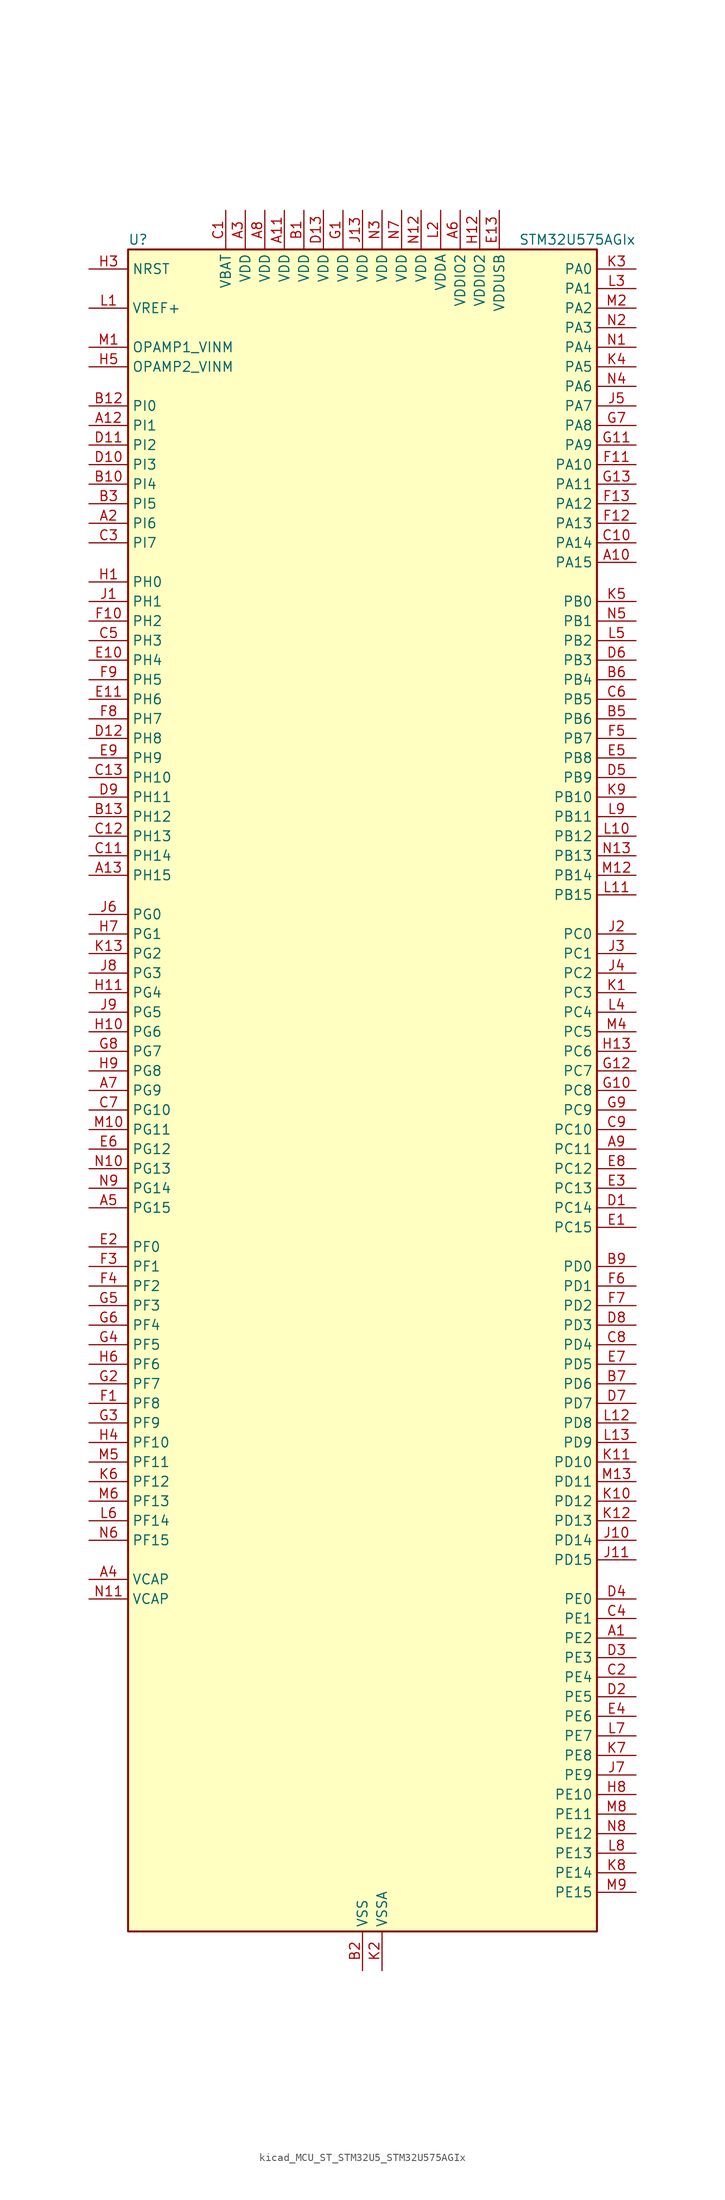
<source format=kicad_sym>
(kicad_symbol_lib
  (version 20220914)
  (generator kicad_symbol_editor)
  (symbol "kicad_MCU_ST_STM32U5_STM32U575AGIx"
    (property "Reference" "U"
      (at -30.48 110.49 0)
      (effects (font (size 1.27 1.27)) (justify left)))
    (property "Value" "STM32U575AGIx"
      (at 20.32 110.49 0)
      (effects (font (size 1.27 1.27)) (justify left)))
    (property "ki_locked" ""
      (at 0 0 0)
      (effects (font (size 1.27 1.27))))
    (symbol "kicad_MCU_ST_STM32U5_STM32U575AGIx_0_1"
      (rectangle (start -30.48 -109.22) (end 30.48 109.22) (stroke (width 0.254) (type default)) (fill (type background))))
    (symbol "kicad_MCU_ST_STM32U5_STM32U575AGIx_1_1"
      (pin bidirectional line (at 35.56 -71.12 180) (length 5.08) (name "PE2" (effects (font (size 1.27 1.27)))) (number "A1" (effects (font (size 1.27 1.27)))) (alternate "DEBUG_TRACECLK" bidirectional line) (alternate "FMC_A23" bidirectional line) (alternate "SAI1_CK1" bidirectional line) (alternate "SAI1_MCLK_A" bidirectional line) (alternate "TIM3_ETR" bidirectional line) (alternate "TSC_G7_IO1" bidirectional line))
      (pin bidirectional line (at 35.56 68.58 180) (length 5.08) (name "PA15" (effects (font (size 1.27 1.27)))) (number "A10" (effects (font (size 1.27 1.27)))) (alternate "ADC1_EXTI15" bidirectional line) (alternate "ADC4_EXTI15" bidirectional line) (alternate "DEBUG_JTDI" bidirectional line) (alternate "SAI2_FS_B" bidirectional line) (alternate "SPI1_NSS" bidirectional line) (alternate "SPI3_NSS" bidirectional line) (alternate "TIM2_CH1" bidirectional line) (alternate "TIM2_ETR" bidirectional line) (alternate "UART4_DE" bidirectional line) (alternate "UART4_RTS" bidirectional line) (alternate "UCPD1_CC1" bidirectional line) (alternate "USART2_RX" bidirectional line) (alternate "USART3_DE" bidirectional line) (alternate "USART3_RTS" bidirectional line))
      (pin power_in line (at -10.16 114.3 270) (length 5.08) (name "VDD" (effects (font (size 1.27 1.27)))) (number "A11" (effects (font (size 1.27 1.27)))))
      (pin bidirectional line (at -35.56 86.36 0) (length 5.08) (name "PI1" (effects (font (size 1.27 1.27)))) (number "A12" (effects (font (size 1.27 1.27)))) (alternate "DCMI_D8" bidirectional line) (alternate "OCTOSPIM_P2_IO2" bidirectional line) (alternate "PSSI_D8" bidirectional line) (alternate "SPI2_SCK" bidirectional line))
      (pin bidirectional line (at -35.56 27.94 0) (length 5.08) (name "PH15" (effects (font (size 1.27 1.27)))) (number "A13" (effects (font (size 1.27 1.27)))) (alternate "ADC1_EXTI15" bidirectional line) (alternate "ADC4_EXTI15" bidirectional line) (alternate "DCMI_D11" bidirectional line) (alternate "OCTOSPIM_P2_IO6" bidirectional line) (alternate "PSSI_D11" bidirectional line) (alternate "TIM8_CH3N" bidirectional line))
      (pin bidirectional line (at -35.56 73.66 0) (length 5.08) (name "PI6" (effects (font (size 1.27 1.27)))) (number "A2" (effects (font (size 1.27 1.27)))) (alternate "DCMI_D6" bidirectional line) (alternate "OCTOSPIM_P2_CLK" bidirectional line) (alternate "PSSI_D6" bidirectional line) (alternate "TIM8_CH2" bidirectional line))
      (pin power_in line (at -15.24 114.3 270) (length 5.08) (name "VDD" (effects (font (size 1.27 1.27)))) (number "A3" (effects (font (size 1.27 1.27)))))
      (pin power_out line (at -35.56 -63.5 0) (length 5.08) (name "VCAP" (effects (font (size 1.27 1.27)))) (number "A4" (effects (font (size 1.27 1.27)))))
      (pin bidirectional line (at -35.56 -15.24 0) (length 5.08) (name "PG15" (effects (font (size 1.27 1.27)))) (number "A5" (effects (font (size 1.27 1.27)))) (alternate "ADC1_EXTI15" bidirectional line) (alternate "ADC4_EXTI15" bidirectional line) (alternate "DCMI_D13" bidirectional line) (alternate "I2C1_SMBA" bidirectional line) (alternate "LPTIM1_CH1" bidirectional line) (alternate "OCTOSPIM_P2_DQS" bidirectional line) (alternate "PSSI_D13" bidirectional line))
      (pin power_in line (at 12.7 114.3 270) (length 5.08) (name "VDDIO2" (effects (font (size 1.27 1.27)))) (number "A6" (effects (font (size 1.27 1.27)))))
      (pin bidirectional line (at -35.56 0 0) (length 5.08) (name "PG9" (effects (font (size 1.27 1.27)))) (number "A7" (effects (font (size 1.27 1.27)))) (alternate "DAC1_EXTI9" bidirectional line) (alternate "FMC_NCE" bidirectional line) (alternate "FMC_NE2" bidirectional line) (alternate "OCTOSPIM_P2_IO6" bidirectional line) (alternate "SAI2_SCK_A" bidirectional line) (alternate "SPI3_SCK" bidirectional line) (alternate "TIM15_CH1N" bidirectional line) (alternate "USART1_TX" bidirectional line))
      (pin power_in line (at -12.7 114.3 270) (length 5.08) (name "VDD" (effects (font (size 1.27 1.27)))) (number "A8" (effects (font (size 1.27 1.27)))))
      (pin bidirectional line (at 35.56 -7.62 180) (length 5.08) (name "PC11" (effects (font (size 1.27 1.27)))) (number "A9" (effects (font (size 1.27 1.27)))) (alternate "ADC1_EXTI11" bidirectional line) (alternate "ADF1_SDI0" bidirectional line) (alternate "DCMI_D2" bidirectional line) (alternate "DCMI_D4" bidirectional line) (alternate "LPTIM3_IN1" bidirectional line) (alternate "OCTOSPIM_P1_NCS" bidirectional line) (alternate "PSSI_D2" bidirectional line) (alternate "PSSI_D4" bidirectional line) (alternate "SAI2_MCLK_B" bidirectional line) (alternate "SDMMC1_D3" bidirectional line) (alternate "SPI3_MISO" bidirectional line) (alternate "TSC_G3_IO3" bidirectional line) (alternate "UART4_RX" bidirectional line) (alternate "UCPD1_FRSTX2" bidirectional line) (alternate "USART3_RX" bidirectional line))
      (pin power_in line (at -7.62 114.3 270) (length 5.08) (name "VDD" (effects (font (size 1.27 1.27)))) (number "B1" (effects (font (size 1.27 1.27)))))
      (pin bidirectional line (at -35.56 78.74 0) (length 5.08) (name "PI4" (effects (font (size 1.27 1.27)))) (number "B10" (effects (font (size 1.27 1.27)))) (alternate "DCMI_D5" bidirectional line) (alternate "PSSI_D5" bidirectional line) (alternate "SPI2_RDY" bidirectional line) (alternate "TIM8_BKIN" bidirectional line))
      (pin passive line (at 0 -114.3 90) (length 5.08) hide (name "VSS" (effects (font (size 1.27 1.27)))) (number "B11" (effects (font (size 1.27 1.27)))))
      (pin bidirectional line (at -35.56 88.9 0) (length 5.08) (name "PI0" (effects (font (size 1.27 1.27)))) (number "B12" (effects (font (size 1.27 1.27)))) (alternate "DCMI_D13" bidirectional line) (alternate "OCTOSPIM_P1_IO5" bidirectional line) (alternate "PSSI_D13" bidirectional line) (alternate "SPI2_NSS" bidirectional line) (alternate "TIM5_CH4" bidirectional line))
      (pin bidirectional line (at -35.56 35.56 0) (length 5.08) (name "PH12" (effects (font (size 1.27 1.27)))) (number "B13" (effects (font (size 1.27 1.27)))) (alternate "DCMI_D3" bidirectional line) (alternate "OCTOSPIM_P2_IO7" bidirectional line) (alternate "PSSI_D3" bidirectional line) (alternate "TIM5_CH3" bidirectional line) (alternate "TIM8_CH4N" bidirectional line))
      (pin power_in line (at 0 -114.3 90) (length 5.08) (name "VSS" (effects (font (size 1.27 1.27)))) (number "B2" (effects (font (size 1.27 1.27)))))
      (pin bidirectional line (at -35.56 76.2 0) (length 5.08) (name "PI5" (effects (font (size 1.27 1.27)))) (number "B3" (effects (font (size 1.27 1.27)))) (alternate "DCMI_VSYNC" bidirectional line) (alternate "OCTOSPIM_P2_NCS" bidirectional line) (alternate "PSSI_RDY" bidirectional line) (alternate "TIM8_CH1" bidirectional line))
      (pin passive line (at 0 -114.3 90) (length 5.08) hide (name "VSS" (effects (font (size 1.27 1.27)))) (number "B4" (effects (font (size 1.27 1.27)))))
      (pin bidirectional line (at 35.56 48.26 180) (length 5.08) (name "PB6" (effects (font (size 1.27 1.27)))) (number "B5" (effects (font (size 1.27 1.27)))) (alternate "COMP2_INP" bidirectional line) (alternate "DCMI_D5" bidirectional line) (alternate "I2C1_SCL" bidirectional line) (alternate "I2C4_SCL" bidirectional line) (alternate "LPTIM1_ETR" bidirectional line) (alternate "MDF1_SDI5" bidirectional line) (alternate "PSSI_D5" bidirectional line) (alternate "PWR_WKUP3" bidirectional line) (alternate "SAI1_FS_B" bidirectional line) (alternate "TIM16_CH1N" bidirectional line) (alternate "TIM4_CH1" bidirectional line) (alternate "TIM8_BKIN2" bidirectional line) (alternate "TSC_G2_IO3" bidirectional line) (alternate "USART1_TX" bidirectional line))
      (pin bidirectional line (at 35.56 53.34 180) (length 5.08) (name "PB4" (effects (font (size 1.27 1.27)))) (number "B6" (effects (font (size 1.27 1.27)))) (alternate "ADF1_SDI0" bidirectional line) (alternate "COMP2_INP" bidirectional line) (alternate "DCMI_D12" bidirectional line) (alternate "DEBUG_JTRST" bidirectional line) (alternate "I2C3_SDA" bidirectional line) (alternate "LPTIM1_CH2" bidirectional line) (alternate "PSSI_D12" bidirectional line) (alternate "SAI1_MCLK_B" bidirectional line) (alternate "SDMMC2_D3" bidirectional line) (alternate "SPI1_MISO" bidirectional line) (alternate "SPI3_MISO" bidirectional line) (alternate "TIM17_BKIN" bidirectional line) (alternate "TIM3_CH1" bidirectional line) (alternate "TSC_G2_IO1" bidirectional line) (alternate "UART5_DE" bidirectional line) (alternate "UART5_RTS" bidirectional line) (alternate "USART1_CTS" bidirectional line))
      (pin bidirectional line (at 35.56 -38.1 180) (length 5.08) (name "PD6" (effects (font (size 1.27 1.27)))) (number "B7" (effects (font (size 1.27 1.27)))) (alternate "DCMI_D10" bidirectional line) (alternate "FMC_NWAIT" bidirectional line) (alternate "MDF1_SDI1" bidirectional line) (alternate "OCTOSPIM_P1_IO6" bidirectional line) (alternate "PSSI_D10" bidirectional line) (alternate "SAI1_D1" bidirectional line) (alternate "SAI1_SD_A" bidirectional line) (alternate "SDMMC2_CK" bidirectional line) (alternate "SPI3_MOSI" bidirectional line) (alternate "USART2_RX" bidirectional line))
      (pin passive line (at 0 -114.3 90) (length 5.08) hide (name "VSS" (effects (font (size 1.27 1.27)))) (number "B8" (effects (font (size 1.27 1.27)))))
      (pin bidirectional line (at 35.56 -22.86 180) (length 5.08) (name "PD0" (effects (font (size 1.27 1.27)))) (number "B9" (effects (font (size 1.27 1.27)))) (alternate "FDCAN1_RX" bidirectional line) (alternate "FMC_D2" bidirectional line) (alternate "FMC_DA2" bidirectional line) (alternate "SPI2_NSS" bidirectional line) (alternate "TIM8_CH4N" bidirectional line))
      (pin power_in line (at -17.78 114.3 270) (length 5.08) (name "VBAT" (effects (font (size 1.27 1.27)))) (number "C1" (effects (font (size 1.27 1.27)))))
      (pin bidirectional line (at 35.56 71.12 180) (length 5.08) (name "PA14" (effects (font (size 1.27 1.27)))) (number "C10" (effects (font (size 1.27 1.27)))) (alternate "DEBUG_JTCK-SWCLK" bidirectional line) (alternate "I2C1_SMBA" bidirectional line) (alternate "I2C4_SMBA" bidirectional line) (alternate "LPTIM1_CH1" bidirectional line) (alternate "SAI1_FS_B" bidirectional line) (alternate "USB_OTG_FS_SOF" bidirectional line))
      (pin bidirectional line (at -35.56 30.48 0) (length 5.08) (name "PH14" (effects (font (size 1.27 1.27)))) (number "C11" (effects (font (size 1.27 1.27)))) (alternate "DCMI_D4" bidirectional line) (alternate "FDCAN1_RX" bidirectional line) (alternate "PSSI_D4" bidirectional line) (alternate "TIM8_CH2N" bidirectional line))
      (pin bidirectional line (at -35.56 33.02 0) (length 5.08) (name "PH13" (effects (font (size 1.27 1.27)))) (number "C12" (effects (font (size 1.27 1.27)))) (alternate "FDCAN1_TX" bidirectional line) (alternate "TIM8_CH1N" bidirectional line))
      (pin bidirectional line (at -35.56 40.64 0) (length 5.08) (name "PH10" (effects (font (size 1.27 1.27)))) (number "C13" (effects (font (size 1.27 1.27)))) (alternate "DCMI_D1" bidirectional line) (alternate "OCTOSPIM_P2_IO5" bidirectional line) (alternate "PSSI_D1" bidirectional line) (alternate "TIM5_CH1" bidirectional line))
      (pin bidirectional line (at 35.56 -76.2 180) (length 5.08) (name "PE4" (effects (font (size 1.27 1.27)))) (number "C2" (effects (font (size 1.27 1.27)))) (alternate "DCMI_D4" bidirectional line) (alternate "DEBUG_TRACED1" bidirectional line) (alternate "FMC_A20" bidirectional line) (alternate "MDF1_SDI3" bidirectional line) (alternate "PSSI_D4" bidirectional line) (alternate "PWR_WKUP1" bidirectional line) (alternate "SAI1_D2" bidirectional line) (alternate "SAI1_FS_A" bidirectional line) (alternate "TAMP_IN7" bidirectional line) (alternate "TAMP_OUT8" bidirectional line) (alternate "TIM3_CH2" bidirectional line) (alternate "TSC_G7_IO3" bidirectional line))
      (pin bidirectional line (at -35.56 71.12 0) (length 5.08) (name "PI7" (effects (font (size 1.27 1.27)))) (number "C3" (effects (font (size 1.27 1.27)))) (alternate "DCMI_D7" bidirectional line) (alternate "OCTOSPIM_P2_NCLK" bidirectional line) (alternate "PSSI_D7" bidirectional line) (alternate "TIM8_CH3" bidirectional line))
      (pin bidirectional line (at 35.56 -68.58 180) (length 5.08) (name "PE1" (effects (font (size 1.27 1.27)))) (number "C4" (effects (font (size 1.27 1.27)))) (alternate "DCMI_D3" bidirectional line) (alternate "FMC_NBL1" bidirectional line) (alternate "PSSI_D3" bidirectional line) (alternate "TIM17_CH1" bidirectional line))
      (pin bidirectional line (at -35.56 58.42 0) (length 5.08) (name "PH3" (effects (font (size 1.27 1.27)))) (number "C5" (effects (font (size 1.27 1.27)))))
      (pin bidirectional line (at 35.56 50.8 180) (length 5.08) (name "PB5" (effects (font (size 1.27 1.27)))) (number "C6" (effects (font (size 1.27 1.27)))) (alternate "COMP2_OUT" bidirectional line) (alternate "DCMI_D10" bidirectional line) (alternate "I2C1_SMBA" bidirectional line) (alternate "LPTIM1_IN1" bidirectional line) (alternate "OCTOSPIM_P1_NCLK" bidirectional line) (alternate "PSSI_D10" bidirectional line) (alternate "PWR_WKUP6" bidirectional line) (alternate "SAI1_SD_B" bidirectional line) (alternate "SPI1_MOSI" bidirectional line) (alternate "SPI3_MOSI" bidirectional line) (alternate "TIM16_BKIN" bidirectional line) (alternate "TIM3_CH2" bidirectional line) (alternate "TSC_G2_IO2" bidirectional line) (alternate "UART5_CTS" bidirectional line) (alternate "UCPD1_DBCC1" bidirectional line) (alternate "USART1_CK" bidirectional line))
      (pin bidirectional line (at -35.56 -2.54 0) (length 5.08) (name "PG10" (effects (font (size 1.27 1.27)))) (number "C7" (effects (font (size 1.27 1.27)))) (alternate "FMC_NE3" bidirectional line) (alternate "LPTIM1_IN1" bidirectional line) (alternate "OCTOSPIM_P2_IO7" bidirectional line) (alternate "SAI2_FS_A" bidirectional line) (alternate "SPI3_MISO" bidirectional line) (alternate "TIM15_CH1" bidirectional line) (alternate "USART1_RX" bidirectional line))
      (pin bidirectional line (at 35.56 -33.02 180) (length 5.08) (name "PD4" (effects (font (size 1.27 1.27)))) (number "C8" (effects (font (size 1.27 1.27)))) (alternate "FMC_NOE" bidirectional line) (alternate "MDF1_CKI0" bidirectional line) (alternate "OCTOSPIM_P1_IO4" bidirectional line) (alternate "SPI2_MOSI" bidirectional line) (alternate "USART2_DE" bidirectional line) (alternate "USART2_RTS" bidirectional line))
      (pin bidirectional line (at 35.56 -5.08 180) (length 5.08) (name "PC10" (effects (font (size 1.27 1.27)))) (number "C9" (effects (font (size 1.27 1.27)))) (alternate "ADF1_CCK1" bidirectional line) (alternate "DCMI_D8" bidirectional line) (alternate "DEBUG_TRACED1" bidirectional line) (alternate "LPTIM3_ETR" bidirectional line) (alternate "PSSI_D8" bidirectional line) (alternate "SAI2_SCK_B" bidirectional line) (alternate "SDMMC1_D2" bidirectional line) (alternate "SPI3_SCK" bidirectional line) (alternate "TSC_G3_IO2" bidirectional line) (alternate "UART4_TX" bidirectional line) (alternate "USART3_TX" bidirectional line))
      (pin bidirectional line (at 35.56 -15.24 180) (length 5.08) (name "PC14" (effects (font (size 1.27 1.27)))) (number "D1" (effects (font (size 1.27 1.27)))) (alternate "RCC_OSC32_IN" bidirectional line))
      (pin bidirectional line (at -35.56 81.28 0) (length 5.08) (name "PI3" (effects (font (size 1.27 1.27)))) (number "D10" (effects (font (size 1.27 1.27)))) (alternate "DCMI_D10" bidirectional line) (alternate "OCTOSPIM_P2_IO0" bidirectional line) (alternate "PSSI_D10" bidirectional line) (alternate "SPI2_MOSI" bidirectional line) (alternate "TIM8_ETR" bidirectional line))
      (pin bidirectional line (at -35.56 83.82 0) (length 5.08) (name "PI2" (effects (font (size 1.27 1.27)))) (number "D11" (effects (font (size 1.27 1.27)))) (alternate "DCMI_D9" bidirectional line) (alternate "OCTOSPIM_P2_IO1" bidirectional line) (alternate "PSSI_D9" bidirectional line) (alternate "SPI2_MISO" bidirectional line) (alternate "TIM8_CH4" bidirectional line))
      (pin bidirectional line (at -35.56 45.72 0) (length 5.08) (name "PH8" (effects (font (size 1.27 1.27)))) (number "D12" (effects (font (size 1.27 1.27)))) (alternate "DCMI_HSYNC" bidirectional line) (alternate "I2C3_SDA" bidirectional line) (alternate "OCTOSPIM_P2_IO3" bidirectional line) (alternate "PSSI_DE" bidirectional line))
      (pin power_in line (at -5.08 114.3 270) (length 5.08) (name "VDD" (effects (font (size 1.27 1.27)))) (number "D13" (effects (font (size 1.27 1.27)))))
      (pin bidirectional line (at 35.56 -78.74 180) (length 5.08) (name "PE5" (effects (font (size 1.27 1.27)))) (number "D2" (effects (font (size 1.27 1.27)))) (alternate "DCMI_D6" bidirectional line) (alternate "DEBUG_TRACED2" bidirectional line) (alternate "FMC_A21" bidirectional line) (alternate "MDF1_CKI3" bidirectional line) (alternate "PSSI_D6" bidirectional line) (alternate "PWR_WKUP2" bidirectional line) (alternate "SAI1_CK2" bidirectional line) (alternate "SAI1_SCK_A" bidirectional line) (alternate "TAMP_IN8" bidirectional line) (alternate "TAMP_OUT7" bidirectional line) (alternate "TIM3_CH3" bidirectional line) (alternate "TSC_G7_IO4" bidirectional line))
      (pin bidirectional line (at 35.56 -73.66 180) (length 5.08) (name "PE3" (effects (font (size 1.27 1.27)))) (number "D3" (effects (font (size 1.27 1.27)))) (alternate "DEBUG_TRACED0" bidirectional line) (alternate "FMC_A19" bidirectional line) (alternate "OCTOSPIM_P1_DQS" bidirectional line) (alternate "SAI1_SD_B" bidirectional line) (alternate "TAMP_IN6" bidirectional line) (alternate "TAMP_OUT3" bidirectional line) (alternate "TIM3_CH1" bidirectional line) (alternate "TSC_G7_IO2" bidirectional line))
      (pin bidirectional line (at 35.56 -66.04 180) (length 5.08) (name "PE0" (effects (font (size 1.27 1.27)))) (number "D4" (effects (font (size 1.27 1.27)))) (alternate "DCMI_D2" bidirectional line) (alternate "FMC_NBL0" bidirectional line) (alternate "PSSI_D2" bidirectional line) (alternate "TIM16_CH1" bidirectional line) (alternate "TIM4_ETR" bidirectional line))
      (pin bidirectional line (at 35.56 40.64 180) (length 5.08) (name "PB9" (effects (font (size 1.27 1.27)))) (number "D5" (effects (font (size 1.27 1.27)))) (alternate "DAC1_EXTI9" bidirectional line) (alternate "DCMI_D7" bidirectional line) (alternate "FDCAN1_TX" bidirectional line) (alternate "I2C1_SDA" bidirectional line) (alternate "IR_OUT" bidirectional line) (alternate "PSSI_D7" bidirectional line) (alternate "SAI1_D2" bidirectional line) (alternate "SAI1_FS_A" bidirectional line) (alternate "SDMMC1_CDIR" bidirectional line) (alternate "SDMMC1_D5" bidirectional line) (alternate "SDMMC2_D5" bidirectional line) (alternate "SPI2_NSS" bidirectional line) (alternate "TIM17_CH1" bidirectional line) (alternate "TIM4_CH4" bidirectional line))
      (pin bidirectional line (at 35.56 55.88 180) (length 5.08) (name "PB3" (effects (font (size 1.27 1.27)))) (number "D6" (effects (font (size 1.27 1.27)))) (alternate "ADF1_CCK0" bidirectional line) (alternate "COMP2_INM" bidirectional line) (alternate "CRS_SYNC" bidirectional line) (alternate "DEBUG_JTDO-SWO" bidirectional line) (alternate "I2C1_SDA" bidirectional line) (alternate "LPTIM1_CH1" bidirectional line) (alternate "SAI1_SCK_B" bidirectional line) (alternate "SDMMC2_D2" bidirectional line) (alternate "SPI1_SCK" bidirectional line) (alternate "SPI3_SCK" bidirectional line) (alternate "TIM2_CH2" bidirectional line) (alternate "USART1_DE" bidirectional line) (alternate "USART1_RTS" bidirectional line))
      (pin bidirectional line (at 35.56 -40.64 180) (length 5.08) (name "PD7" (effects (font (size 1.27 1.27)))) (number "D7" (effects (font (size 1.27 1.27)))) (alternate "FMC_NCE" bidirectional line) (alternate "FMC_NE1" bidirectional line) (alternate "LPTIM4_OUT" bidirectional line) (alternate "MDF1_CKI1" bidirectional line) (alternate "OCTOSPIM_P1_IO7" bidirectional line) (alternate "SDMMC2_CMD" bidirectional line) (alternate "USART2_CK" bidirectional line))
      (pin bidirectional line (at 35.56 -30.48 180) (length 5.08) (name "PD3" (effects (font (size 1.27 1.27)))) (number "D8" (effects (font (size 1.27 1.27)))) (alternate "DCMI_D5" bidirectional line) (alternate "FMC_CLK" bidirectional line) (alternate "MDF1_SDI0" bidirectional line) (alternate "OCTOSPIM_P2_NCS" bidirectional line) (alternate "PSSI_D5" bidirectional line) (alternate "SPI2_MISO" bidirectional line) (alternate "SPI2_SCK" bidirectional line) (alternate "USART2_CTS" bidirectional line))
      (pin bidirectional line (at -35.56 38.1 0) (length 5.08) (name "PH11" (effects (font (size 1.27 1.27)))) (number "D9" (effects (font (size 1.27 1.27)))) (alternate "ADC1_EXTI11" bidirectional line) (alternate "DCMI_D2" bidirectional line) (alternate "OCTOSPIM_P2_IO6" bidirectional line) (alternate "PSSI_D2" bidirectional line) (alternate "TIM5_CH2" bidirectional line))
      (pin bidirectional line (at 35.56 -17.78 180) (length 5.08) (name "PC15" (effects (font (size 1.27 1.27)))) (number "E1" (effects (font (size 1.27 1.27)))) (alternate "ADC1_EXTI15" bidirectional line) (alternate "ADC4_EXTI15" bidirectional line) (alternate "RCC_OSC32_OUT" bidirectional line))
      (pin bidirectional line (at -35.56 55.88 0) (length 5.08) (name "PH4" (effects (font (size 1.27 1.27)))) (number "E10" (effects (font (size 1.27 1.27)))) (alternate "I2C2_SCL" bidirectional line) (alternate "OCTOSPIM_P2_DQS" bidirectional line) (alternate "PSSI_D14" bidirectional line))
      (pin bidirectional line (at -35.56 50.8 0) (length 5.08) (name "PH6" (effects (font (size 1.27 1.27)))) (number "E11" (effects (font (size 1.27 1.27)))) (alternate "DCMI_D8" bidirectional line) (alternate "I2C2_SMBA" bidirectional line) (alternate "OCTOSPIM_P2_CLK" bidirectional line) (alternate "PSSI_D8" bidirectional line))
      (pin passive line (at 0 -114.3 90) (length 5.08) hide (name "VSS" (effects (font (size 1.27 1.27)))) (number "E12" (effects (font (size 1.27 1.27)))))
      (pin power_in line (at 17.78 114.3 270) (length 5.08) (name "VDDUSB" (effects (font (size 1.27 1.27)))) (number "E13" (effects (font (size 1.27 1.27)))))
      (pin bidirectional line (at -35.56 -20.32 0) (length 5.08) (name "PF0" (effects (font (size 1.27 1.27)))) (number "E2" (effects (font (size 1.27 1.27)))) (alternate "FMC_A0" bidirectional line) (alternate "I2C2_SDA" bidirectional line) (alternate "OCTOSPIM_P2_IO0" bidirectional line))
      (pin bidirectional line (at 35.56 -12.7 180) (length 5.08) (name "PC13" (effects (font (size 1.27 1.27)))) (number "E3" (effects (font (size 1.27 1.27)))) (alternate "PWR_WKUP2" bidirectional line) (alternate "RTC_OUT1" bidirectional line) (alternate "RTC_TS" bidirectional line) (alternate "TAMP_IN1" bidirectional line) (alternate "TAMP_OUT2" bidirectional line))
      (pin bidirectional line (at 35.56 -81.28 180) (length 5.08) (name "PE6" (effects (font (size 1.27 1.27)))) (number "E4" (effects (font (size 1.27 1.27)))) (alternate "DCMI_D7" bidirectional line) (alternate "DEBUG_TRACED3" bidirectional line) (alternate "FMC_A22" bidirectional line) (alternate "PSSI_D7" bidirectional line) (alternate "PWR_WKUP3" bidirectional line) (alternate "SAI1_D1" bidirectional line) (alternate "SAI1_SD_A" bidirectional line) (alternate "TAMP_IN3" bidirectional line) (alternate "TAMP_OUT6" bidirectional line) (alternate "TIM3_CH4" bidirectional line))
      (pin bidirectional line (at 35.56 43.18 180) (length 5.08) (name "PB8" (effects (font (size 1.27 1.27)))) (number "E5" (effects (font (size 1.27 1.27)))) (alternate "DCMI_D6" bidirectional line) (alternate "FDCAN1_RX" bidirectional line) (alternate "I2C1_SCL" bidirectional line) (alternate "MDF1_CCK0" bidirectional line) (alternate "PSSI_D6" bidirectional line) (alternate "PWR_WKUP5" bidirectional line) (alternate "SAI1_CK1" bidirectional line) (alternate "SAI1_MCLK_A" bidirectional line) (alternate "SDMMC1_CKIN" bidirectional line) (alternate "SDMMC1_D4" bidirectional line) (alternate "SDMMC2_D4" bidirectional line) (alternate "SPI3_RDY" bidirectional line) (alternate "TIM16_CH1" bidirectional line) (alternate "TIM4_CH3" bidirectional line))
      (pin bidirectional line (at -35.56 -7.62 0) (length 5.08) (name "PG12" (effects (font (size 1.27 1.27)))) (number "E6" (effects (font (size 1.27 1.27)))) (alternate "FMC_NE4" bidirectional line) (alternate "LPTIM1_ETR" bidirectional line) (alternate "OCTOSPIM_P2_NCS" bidirectional line) (alternate "SAI2_SD_A" bidirectional line) (alternate "SPI3_NSS" bidirectional line) (alternate "USART1_DE" bidirectional line) (alternate "USART1_RTS" bidirectional line))
      (pin bidirectional line (at 35.56 -35.56 180) (length 5.08) (name "PD5" (effects (font (size 1.27 1.27)))) (number "E7" (effects (font (size 1.27 1.27)))) (alternate "FMC_NWE" bidirectional line) (alternate "OCTOSPIM_P1_IO5" bidirectional line) (alternate "SPI2_RDY" bidirectional line) (alternate "USART2_TX" bidirectional line))
      (pin bidirectional line (at 35.56 -10.16 180) (length 5.08) (name "PC12" (effects (font (size 1.27 1.27)))) (number "E8" (effects (font (size 1.27 1.27)))) (alternate "DCMI_D9" bidirectional line) (alternate "DEBUG_TRACED3" bidirectional line) (alternate "PSSI_D9" bidirectional line) (alternate "SAI2_SD_B" bidirectional line) (alternate "SDMMC1_CK" bidirectional line) (alternate "SPI3_MOSI" bidirectional line) (alternate "TSC_G3_IO4" bidirectional line) (alternate "UART5_TX" bidirectional line) (alternate "USART3_CK" bidirectional line))
      (pin bidirectional line (at -35.56 43.18 0) (length 5.08) (name "PH9" (effects (font (size 1.27 1.27)))) (number "E9" (effects (font (size 1.27 1.27)))) (alternate "DAC1_EXTI9" bidirectional line) (alternate "DCMI_D0" bidirectional line) (alternate "I2C3_SMBA" bidirectional line) (alternate "OCTOSPIM_P2_IO4" bidirectional line) (alternate "PSSI_D0" bidirectional line))
      (pin bidirectional line (at -35.56 -40.64 0) (length 5.08) (name "PF8" (effects (font (size 1.27 1.27)))) (number "F1" (effects (font (size 1.27 1.27)))) (alternate "FDCAN1_TX" bidirectional line) (alternate "OCTOSPIM_P1_IO0" bidirectional line) (alternate "PSSI_D14" bidirectional line) (alternate "SAI1_SCK_B" bidirectional line) (alternate "TIM5_CH3" bidirectional line))
      (pin bidirectional line (at -35.56 60.96 0) (length 5.08) (name "PH2" (effects (font (size 1.27 1.27)))) (number "F10" (effects (font (size 1.27 1.27)))) (alternate "OCTOSPIM_P1_IO4" bidirectional line))
      (pin bidirectional line (at 35.56 81.28 180) (length 5.08) (name "PA10" (effects (font (size 1.27 1.27)))) (number "F11" (effects (font (size 1.27 1.27)))) (alternate "CRS_SYNC" bidirectional line) (alternate "DCMI_D1" bidirectional line) (alternate "LPTIM2_IN2" bidirectional line) (alternate "PSSI_D1" bidirectional line) (alternate "SAI1_D1" bidirectional line) (alternate "SAI1_SD_A" bidirectional line) (alternate "TIM17_BKIN" bidirectional line) (alternate "TIM1_CH3" bidirectional line) (alternate "USART1_RX" bidirectional line) (alternate "USB_OTG_FS_ID" bidirectional line))
      (pin bidirectional line (at 35.56 73.66 180) (length 5.08) (name "PA13" (effects (font (size 1.27 1.27)))) (number "F12" (effects (font (size 1.27 1.27)))) (alternate "DEBUG_JTMS-SWDIO" bidirectional line) (alternate "IR_OUT" bidirectional line) (alternate "SAI1_SD_B" bidirectional line) (alternate "USB_OTG_FS_NOE" bidirectional line))
      (pin bidirectional line (at 35.56 76.2 180) (length 5.08) (name "PA12" (effects (font (size 1.27 1.27)))) (number "F13" (effects (font (size 1.27 1.27)))) (alternate "FDCAN1_TX" bidirectional line) (alternate "OCTOSPIM_P2_NCS" bidirectional line) (alternate "SPI1_MOSI" bidirectional line) (alternate "TIM1_ETR" bidirectional line) (alternate "USART1_DE" bidirectional line) (alternate "USART1_RTS" bidirectional line) (alternate "USB_OTG_FS_DP" bidirectional line))
      (pin passive line (at 0 -114.3 90) (length 5.08) hide (name "VSS" (effects (font (size 1.27 1.27)))) (number "F2" (effects (font (size 1.27 1.27)))))
      (pin bidirectional line (at -35.56 -22.86 0) (length 5.08) (name "PF1" (effects (font (size 1.27 1.27)))) (number "F3" (effects (font (size 1.27 1.27)))) (alternate "FMC_A1" bidirectional line) (alternate "I2C2_SCL" bidirectional line) (alternate "OCTOSPIM_P2_IO1" bidirectional line))
      (pin bidirectional line (at -35.56 -25.4 0) (length 5.08) (name "PF2" (effects (font (size 1.27 1.27)))) (number "F4" (effects (font (size 1.27 1.27)))) (alternate "FMC_A2" bidirectional line) (alternate "I2C2_SMBA" bidirectional line) (alternate "LPTIM3_CH2" bidirectional line) (alternate "OCTOSPIM_P2_IO2" bidirectional line) (alternate "PWR_WKUP8" bidirectional line))
      (pin bidirectional line (at 35.56 45.72 180) (length 5.08) (name "PB7" (effects (font (size 1.27 1.27)))) (number "F5" (effects (font (size 1.27 1.27)))) (alternate "COMP2_INM" bidirectional line) (alternate "DCMI_VSYNC" bidirectional line) (alternate "FMC_NL" bidirectional line) (alternate "I2C1_SDA" bidirectional line) (alternate "I2C4_SDA" bidirectional line) (alternate "LPTIM1_IN2" bidirectional line) (alternate "MDF1_CKI5" bidirectional line) (alternate "PSSI_RDY" bidirectional line) (alternate "PWR_PVD_IN" bidirectional line) (alternate "PWR_WKUP4" bidirectional line) (alternate "TIM17_CH1N" bidirectional line) (alternate "TIM4_CH2" bidirectional line) (alternate "TIM8_BKIN" bidirectional line) (alternate "TSC_G2_IO4" bidirectional line) (alternate "UART4_CTS" bidirectional line) (alternate "USART1_RX" bidirectional line))
      (pin bidirectional line (at 35.56 -25.4 180) (length 5.08) (name "PD1" (effects (font (size 1.27 1.27)))) (number "F6" (effects (font (size 1.27 1.27)))) (alternate "FDCAN1_TX" bidirectional line) (alternate "FMC_D3" bidirectional line) (alternate "FMC_DA3" bidirectional line) (alternate "SPI2_SCK" bidirectional line))
      (pin bidirectional line (at 35.56 -27.94 180) (length 5.08) (name "PD2" (effects (font (size 1.27 1.27)))) (number "F7" (effects (font (size 1.27 1.27)))) (alternate "DCMI_D11" bidirectional line) (alternate "DEBUG_TRACED2" bidirectional line) (alternate "LPTIM4_ETR" bidirectional line) (alternate "PSSI_D11" bidirectional line) (alternate "SDMMC1_CMD" bidirectional line) (alternate "TIM3_ETR" bidirectional line) (alternate "TSC_SYNC" bidirectional line) (alternate "UART5_RX" bidirectional line) (alternate "USART3_DE" bidirectional line) (alternate "USART3_RTS" bidirectional line))
      (pin bidirectional line (at -35.56 48.26 0) (length 5.08) (name "PH7" (effects (font (size 1.27 1.27)))) (number "F8" (effects (font (size 1.27 1.27)))) (alternate "DCMI_D9" bidirectional line) (alternate "I2C3_SCL" bidirectional line) (alternate "OCTOSPIM_P2_NCLK" bidirectional line) (alternate "PSSI_D9" bidirectional line))
      (pin bidirectional line (at -35.56 53.34 0) (length 5.08) (name "PH5" (effects (font (size 1.27 1.27)))) (number "F9" (effects (font (size 1.27 1.27)))) (alternate "DCMI_PIXCLK" bidirectional line) (alternate "I2C2_SDA" bidirectional line) (alternate "PSSI_PDCK" bidirectional line))
      (pin power_in line (at -2.54 114.3 270) (length 5.08) (name "VDD" (effects (font (size 1.27 1.27)))) (number "G1" (effects (font (size 1.27 1.27)))))
      (pin bidirectional line (at 35.56 0 180) (length 5.08) (name "PC8" (effects (font (size 1.27 1.27)))) (number "G10" (effects (font (size 1.27 1.27)))) (alternate "DCMI_D2" bidirectional line) (alternate "LPTIM3_CH1" bidirectional line) (alternate "PSSI_D2" bidirectional line) (alternate "PWR_SRDSTOP" bidirectional line) (alternate "SDMMC1_D0" bidirectional line) (alternate "TIM3_CH3" bidirectional line) (alternate "TIM8_CH3" bidirectional line) (alternate "TSC_G4_IO3" bidirectional line))
      (pin bidirectional line (at 35.56 83.82 180) (length 5.08) (name "PA9" (effects (font (size 1.27 1.27)))) (number "G11" (effects (font (size 1.27 1.27)))) (alternate "DAC1_EXTI9" bidirectional line) (alternate "DCMI_D0" bidirectional line) (alternate "PSSI_D0" bidirectional line) (alternate "SAI1_FS_A" bidirectional line) (alternate "SPI2_SCK" bidirectional line) (alternate "TIM15_BKIN" bidirectional line) (alternate "TIM1_CH2" bidirectional line) (alternate "USART1_TX" bidirectional line) (alternate "USB_OTG_FS_VBUS" bidirectional line))
      (pin bidirectional line (at 35.56 2.54 180) (length 5.08) (name "PC7" (effects (font (size 1.27 1.27)))) (number "G12" (effects (font (size 1.27 1.27)))) (alternate "DCMI_D1" bidirectional line) (alternate "LPTIM2_CH2" bidirectional line) (alternate "MDF1_SDI3" bidirectional line) (alternate "PSSI_D1" bidirectional line) (alternate "PWR_CDSTOP" bidirectional line) (alternate "SAI2_MCLK_B" bidirectional line) (alternate "SDMMC1_D123DIR" bidirectional line) (alternate "SDMMC1_D7" bidirectional line) (alternate "SDMMC2_D7" bidirectional line) (alternate "TIM3_CH2" bidirectional line) (alternate "TIM8_CH2" bidirectional line) (alternate "TSC_G4_IO2" bidirectional line))
      (pin bidirectional line (at 35.56 78.74 180) (length 5.08) (name "PA11" (effects (font (size 1.27 1.27)))) (number "G13" (effects (font (size 1.27 1.27)))) (alternate "ADC1_EXTI11" bidirectional line) (alternate "FDCAN1_RX" bidirectional line) (alternate "SPI1_MISO" bidirectional line) (alternate "TIM1_BKIN2" bidirectional line) (alternate "TIM1_CH4" bidirectional line) (alternate "USART1_CTS" bidirectional line) (alternate "USB_OTG_FS_DM" bidirectional line))
      (pin bidirectional line (at -35.56 -38.1 0) (length 5.08) (name "PF7" (effects (font (size 1.27 1.27)))) (number "G2" (effects (font (size 1.27 1.27)))) (alternate "FDCAN1_RX" bidirectional line) (alternate "OCTOSPIM_P1_IO2" bidirectional line) (alternate "SAI1_MCLK_B" bidirectional line) (alternate "TIM5_CH2" bidirectional line))
      (pin bidirectional line (at -35.56 -43.18 0) (length 5.08) (name "PF9" (effects (font (size 1.27 1.27)))) (number "G3" (effects (font (size 1.27 1.27)))) (alternate "DAC1_EXTI9" bidirectional line) (alternate "OCTOSPIM_P1_IO1" bidirectional line) (alternate "PSSI_D15" bidirectional line) (alternate "SAI1_FS_B" bidirectional line) (alternate "TIM15_CH1" bidirectional line) (alternate "TIM5_CH4" bidirectional line))
      (pin bidirectional line (at -35.56 -33.02 0) (length 5.08) (name "PF5" (effects (font (size 1.27 1.27)))) (number "G4" (effects (font (size 1.27 1.27)))) (alternate "FMC_A5" bidirectional line) (alternate "LPTIM3_CH1" bidirectional line) (alternate "OCTOSPIM_P2_NCLK" bidirectional line))
      (pin bidirectional line (at -35.56 -27.94 0) (length 5.08) (name "PF3" (effects (font (size 1.27 1.27)))) (number "G5" (effects (font (size 1.27 1.27)))) (alternate "FMC_A3" bidirectional line) (alternate "LPTIM3_IN1" bidirectional line) (alternate "OCTOSPIM_P2_IO3" bidirectional line))
      (pin bidirectional line (at -35.56 -30.48 0) (length 5.08) (name "PF4" (effects (font (size 1.27 1.27)))) (number "G6" (effects (font (size 1.27 1.27)))) (alternate "FMC_A4" bidirectional line) (alternate "LPTIM3_ETR" bidirectional line) (alternate "OCTOSPIM_P2_CLK" bidirectional line))
      (pin bidirectional line (at 35.56 86.36 180) (length 5.08) (name "PA8" (effects (font (size 1.27 1.27)))) (number "G7" (effects (font (size 1.27 1.27)))) (alternate "DEBUG_TRACECLK" bidirectional line) (alternate "LPTIM2_CH1" bidirectional line) (alternate "RCC_MCO" bidirectional line) (alternate "SAI1_CK2" bidirectional line) (alternate "SAI1_SCK_A" bidirectional line) (alternate "SPI1_RDY" bidirectional line) (alternate "TIM1_CH1" bidirectional line) (alternate "USART1_CK" bidirectional line) (alternate "USB_OTG_FS_SOF" bidirectional line))
      (pin bidirectional line (at -35.56 5.08 0) (length 5.08) (name "PG7" (effects (font (size 1.27 1.27)))) (number "G8" (effects (font (size 1.27 1.27)))) (alternate "FMC_INT" bidirectional line) (alternate "I2C3_SCL" bidirectional line) (alternate "LPUART1_TX" bidirectional line) (alternate "MDF1_CCK0" bidirectional line) (alternate "OCTOSPIM_P2_DQS" bidirectional line) (alternate "SAI1_CK1" bidirectional line) (alternate "SAI1_MCLK_A" bidirectional line) (alternate "UCPD1_FRSTX2" bidirectional line))
      (pin bidirectional line (at 35.56 -2.54 180) (length 5.08) (name "PC9" (effects (font (size 1.27 1.27)))) (number "G9" (effects (font (size 1.27 1.27)))) (alternate "DAC1_EXTI9" bidirectional line) (alternate "DCMI_D3" bidirectional line) (alternate "DEBUG_TRACED0" bidirectional line) (alternate "LPTIM3_CH2" bidirectional line) (alternate "PSSI_D3" bidirectional line) (alternate "SDMMC1_D1" bidirectional line) (alternate "TIM3_CH4" bidirectional line) (alternate "TIM8_BKIN2" bidirectional line) (alternate "TIM8_CH4" bidirectional line) (alternate "TSC_G4_IO4" bidirectional line) (alternate "USB_OTG_FS_NOE" bidirectional line))
      (pin bidirectional line (at -35.56 66.04 0) (length 5.08) (name "PH0" (effects (font (size 1.27 1.27)))) (number "H1" (effects (font (size 1.27 1.27)))) (alternate "RCC_OSC_IN" bidirectional line))
      (pin bidirectional line (at -35.56 7.62 0) (length 5.08) (name "PG6" (effects (font (size 1.27 1.27)))) (number "H10" (effects (font (size 1.27 1.27)))) (alternate "I2C3_SMBA" bidirectional line) (alternate "LPUART1_DE" bidirectional line) (alternate "LPUART1_RTS" bidirectional line) (alternate "OCTOSPIM_P1_DQS" bidirectional line) (alternate "SPI1_RDY" bidirectional line) (alternate "UCPD1_FRSTX1" bidirectional line))
      (pin bidirectional line (at -35.56 12.7 0) (length 5.08) (name "PG4" (effects (font (size 1.27 1.27)))) (number "H11" (effects (font (size 1.27 1.27)))) (alternate "FMC_A14" bidirectional line) (alternate "SAI2_MCLK_B" bidirectional line) (alternate "SPI1_MOSI" bidirectional line))
      (pin power_in line (at 15.24 114.3 270) (length 5.08) (name "VDDIO2" (effects (font (size 1.27 1.27)))) (number "H12" (effects (font (size 1.27 1.27)))))
      (pin bidirectional line (at 35.56 5.08 180) (length 5.08) (name "PC6" (effects (font (size 1.27 1.27)))) (number "H13" (effects (font (size 1.27 1.27)))) (alternate "DCMI_D0" bidirectional line) (alternate "MDF1_CKI3" bidirectional line) (alternate "PSSI_D0" bidirectional line) (alternate "PWR_CSLEEP" bidirectional line) (alternate "SAI2_MCLK_A" bidirectional line) (alternate "SDMMC1_D0DIR" bidirectional line) (alternate "SDMMC1_D6" bidirectional line) (alternate "SDMMC2_D6" bidirectional line) (alternate "TIM3_CH1" bidirectional line) (alternate "TIM8_CH1" bidirectional line) (alternate "TSC_G4_IO1" bidirectional line))
      (pin passive line (at 0 -114.3 90) (length 5.08) hide (name "VSS" (effects (font (size 1.27 1.27)))) (number "H2" (effects (font (size 1.27 1.27)))))
      (pin input line (at -35.56 106.68 0) (length 5.08) (name "NRST" (effects (font (size 1.27 1.27)))) (number "H3" (effects (font (size 1.27 1.27)))))
      (pin bidirectional line (at -35.56 -45.72 0) (length 5.08) (name "PF10" (effects (font (size 1.27 1.27)))) (number "H4" (effects (font (size 1.27 1.27)))) (alternate "DCMI_D11" bidirectional line) (alternate "MDF1_CCK1" bidirectional line) (alternate "OCTOSPIM_P1_CLK" bidirectional line) (alternate "PSSI_D11" bidirectional line) (alternate "PSSI_D15" bidirectional line) (alternate "SAI1_D3" bidirectional line) (alternate "TIM15_CH2" bidirectional line))
      (pin bidirectional line (at -35.56 93.98 0) (length 5.08) (name "OPAMP2_VINM" (effects (font (size 1.27 1.27)))) (number "H5" (effects (font (size 1.27 1.27)))) (alternate "OPAMP2_VINM" bidirectional line))
      (pin bidirectional line (at -35.56 -35.56 0) (length 5.08) (name "PF6" (effects (font (size 1.27 1.27)))) (number "H6" (effects (font (size 1.27 1.27)))) (alternate "DCMI_D12" bidirectional line) (alternate "OCTOSPIM_P1_IO3" bidirectional line) (alternate "OCTOSPIM_P2_NCS" bidirectional line) (alternate "PSSI_D12" bidirectional line) (alternate "SAI1_SD_B" bidirectional line) (alternate "TIM5_CH1" bidirectional line) (alternate "TIM5_ETR" bidirectional line))
      (pin bidirectional line (at -35.56 20.32 0) (length 5.08) (name "PG1" (effects (font (size 1.27 1.27)))) (number "H7" (effects (font (size 1.27 1.27)))) (alternate "ADC4_IN8" bidirectional line) (alternate "FMC_A11" bidirectional line) (alternate "OCTOSPIM_P2_IO5" bidirectional line) (alternate "TSC_G8_IO4" bidirectional line))
      (pin bidirectional line (at 35.56 -91.44 180) (length 5.08) (name "PE10" (effects (font (size 1.27 1.27)))) (number "H8" (effects (font (size 1.27 1.27)))) (alternate "ADF1_SDI0" bidirectional line) (alternate "FMC_D7" bidirectional line) (alternate "FMC_DA7" bidirectional line) (alternate "MDF1_SDI4" bidirectional line) (alternate "OCTOSPIM_P1_CLK" bidirectional line) (alternate "SAI1_MCLK_B" bidirectional line) (alternate "TIM1_CH2N" bidirectional line) (alternate "TSC_G5_IO1" bidirectional line))
      (pin bidirectional line (at -35.56 2.54 0) (length 5.08) (name "PG8" (effects (font (size 1.27 1.27)))) (number "H9" (effects (font (size 1.27 1.27)))) (alternate "I2C3_SDA" bidirectional line) (alternate "LPUART1_RX" bidirectional line))
      (pin bidirectional line (at -35.56 63.5 0) (length 5.08) (name "PH1" (effects (font (size 1.27 1.27)))) (number "J1" (effects (font (size 1.27 1.27)))) (alternate "RCC_OSC_OUT" bidirectional line))
      (pin bidirectional line (at 35.56 -58.42 180) (length 5.08) (name "PD14" (effects (font (size 1.27 1.27)))) (number "J10" (effects (font (size 1.27 1.27)))) (alternate "FMC_D0" bidirectional line) (alternate "FMC_DA0" bidirectional line) (alternate "LPTIM3_CH1" bidirectional line) (alternate "TIM4_CH3" bidirectional line))
      (pin bidirectional line (at 35.56 -60.96 180) (length 5.08) (name "PD15" (effects (font (size 1.27 1.27)))) (number "J11" (effects (font (size 1.27 1.27)))) (alternate "ADC1_EXTI15" bidirectional line) (alternate "ADC4_EXTI15" bidirectional line) (alternate "FMC_D1" bidirectional line) (alternate "FMC_DA1" bidirectional line) (alternate "LPTIM3_CH2" bidirectional line) (alternate "TIM4_CH4" bidirectional line))
      (pin passive line (at 0 -114.3 90) (length 5.08) hide (name "VSS" (effects (font (size 1.27 1.27)))) (number "J12" (effects (font (size 1.27 1.27)))))
      (pin power_in line (at 0 114.3 270) (length 5.08) (name "VDD" (effects (font (size 1.27 1.27)))) (number "J13" (effects (font (size 1.27 1.27)))))
      (pin bidirectional line (at 35.56 20.32 180) (length 5.08) (name "PC0" (effects (font (size 1.27 1.27)))) (number "J2" (effects (font (size 1.27 1.27)))) (alternate "ADC1_IN1" bidirectional line) (alternate "ADC4_IN1" bidirectional line) (alternate "I2C3_SCL" bidirectional line) (alternate "LPTIM1_IN1" bidirectional line) (alternate "LPTIM2_IN1" bidirectional line) (alternate "LPUART1_RX" bidirectional line) (alternate "MDF1_SDI4" bidirectional line) (alternate "OCTOSPIM_P1_IO7" bidirectional line) (alternate "SAI2_FS_A" bidirectional line) (alternate "SDMMC1_D5" bidirectional line) (alternate "SPI2_RDY" bidirectional line))
      (pin bidirectional line (at 35.56 17.78 180) (length 5.08) (name "PC1" (effects (font (size 1.27 1.27)))) (number "J3" (effects (font (size 1.27 1.27)))) (alternate "ADC1_IN2" bidirectional line) (alternate "ADC4_IN2" bidirectional line) (alternate "DEBUG_TRACED0" bidirectional line) (alternate "I2C3_SDA" bidirectional line) (alternate "LPTIM1_CH1" bidirectional line) (alternate "LPUART1_TX" bidirectional line) (alternate "MDF1_CKI4" bidirectional line) (alternate "OCTOSPIM_P1_IO4" bidirectional line) (alternate "SAI1_SD_A" bidirectional line) (alternate "SDMMC2_CK" bidirectional line) (alternate "SPI2_MOSI" bidirectional line))
      (pin bidirectional line (at 35.56 15.24 180) (length 5.08) (name "PC2" (effects (font (size 1.27 1.27)))) (number "J4" (effects (font (size 1.27 1.27)))) (alternate "ADC1_IN3" bidirectional line) (alternate "ADC4_IN3" bidirectional line) (alternate "LPTIM1_IN2" bidirectional line) (alternate "MDF1_CCK1" bidirectional line) (alternate "OCTOSPIM_P1_IO5" bidirectional line) (alternate "SPI2_MISO" bidirectional line))
      (pin bidirectional line (at 35.56 88.9 180) (length 5.08) (name "PA7" (effects (font (size 1.27 1.27)))) (number "J5" (effects (font (size 1.27 1.27)))) (alternate "ADC1_IN12" bidirectional line) (alternate "ADC4_IN20" bidirectional line) (alternate "I2C3_SCL" bidirectional line) (alternate "LPTIM2_CH2" bidirectional line) (alternate "OCTOSPIM_P1_IO2" bidirectional line) (alternate "OPAMP2_VINM" bidirectional line) (alternate "PWR_SRDSTOP" bidirectional line) (alternate "PWR_WKUP8" bidirectional line) (alternate "SPI1_MOSI" bidirectional line) (alternate "TIM17_CH1" bidirectional line) (alternate "TIM1_CH1N" bidirectional line) (alternate "TIM3_CH2" bidirectional line) (alternate "TIM8_CH1N" bidirectional line) (alternate "USART3_TX" bidirectional line))
      (pin bidirectional line (at -35.56 22.86 0) (length 5.08) (name "PG0" (effects (font (size 1.27 1.27)))) (number "J6" (effects (font (size 1.27 1.27)))) (alternate "ADC4_IN7" bidirectional line) (alternate "FMC_A10" bidirectional line) (alternate "OCTOSPIM_P2_IO4" bidirectional line) (alternate "TSC_G8_IO3" bidirectional line))
      (pin bidirectional line (at 35.56 -88.9 180) (length 5.08) (name "PE9" (effects (font (size 1.27 1.27)))) (number "J7" (effects (font (size 1.27 1.27)))) (alternate "ADF1_CCK0" bidirectional line) (alternate "DAC1_EXTI9" bidirectional line) (alternate "FMC_D6" bidirectional line) (alternate "FMC_DA6" bidirectional line) (alternate "MDF1_CCK0" bidirectional line) (alternate "OCTOSPIM_P1_NCLK" bidirectional line) (alternate "SAI1_FS_B" bidirectional line) (alternate "TIM1_CH1" bidirectional line))
      (pin bidirectional line (at -35.56 15.24 0) (length 5.08) (name "PG3" (effects (font (size 1.27 1.27)))) (number "J8" (effects (font (size 1.27 1.27)))) (alternate "FMC_A13" bidirectional line) (alternate "SAI2_FS_B" bidirectional line) (alternate "SPI1_MISO" bidirectional line))
      (pin bidirectional line (at -35.56 10.16 0) (length 5.08) (name "PG5" (effects (font (size 1.27 1.27)))) (number "J9" (effects (font (size 1.27 1.27)))) (alternate "FMC_A15" bidirectional line) (alternate "LPUART1_CTS" bidirectional line) (alternate "SAI2_SD_B" bidirectional line) (alternate "SPI1_NSS" bidirectional line))
      (pin bidirectional line (at 35.56 12.7 180) (length 5.08) (name "PC3" (effects (font (size 1.27 1.27)))) (number "K1" (effects (font (size 1.27 1.27)))) (alternate "ADC1_IN4" bidirectional line) (alternate "ADC4_IN4" bidirectional line) (alternate "LPTIM1_ETR" bidirectional line) (alternate "LPTIM2_ETR" bidirectional line) (alternate "LPTIM3_CH1" bidirectional line) (alternate "OCTOSPIM_P1_IO6" bidirectional line) (alternate "SAI1_D1" bidirectional line) (alternate "SAI1_SD_A" bidirectional line) (alternate "SPI2_MOSI" bidirectional line))
      (pin bidirectional line (at 35.56 -53.34 180) (length 5.08) (name "PD12" (effects (font (size 1.27 1.27)))) (number "K10" (effects (font (size 1.27 1.27)))) (alternate "ADC4_IN16" bidirectional line) (alternate "FMC_A17" bidirectional line) (alternate "FMC_ALE" bidirectional line) (alternate "I2C4_SCL" bidirectional line) (alternate "LPTIM2_IN1" bidirectional line) (alternate "SAI2_FS_A" bidirectional line) (alternate "TIM4_CH1" bidirectional line) (alternate "TSC_G6_IO3" bidirectional line) (alternate "USART3_DE" bidirectional line) (alternate "USART3_RTS" bidirectional line))
      (pin bidirectional line (at 35.56 -48.26 180) (length 5.08) (name "PD10" (effects (font (size 1.27 1.27)))) (number "K11" (effects (font (size 1.27 1.27)))) (alternate "FMC_D15" bidirectional line) (alternate "FMC_DA15" bidirectional line) (alternate "LPTIM2_CH2" bidirectional line) (alternate "LPTIM3_ETR" bidirectional line) (alternate "SAI2_SCK_A" bidirectional line) (alternate "TSC_G6_IO1" bidirectional line) (alternate "USART3_CK" bidirectional line))
      (pin bidirectional line (at 35.56 -55.88 180) (length 5.08) (name "PD13" (effects (font (size 1.27 1.27)))) (number "K12" (effects (font (size 1.27 1.27)))) (alternate "ADC4_IN17" bidirectional line) (alternate "FMC_A18" bidirectional line) (alternate "I2C4_SDA" bidirectional line) (alternate "LPTIM2_CH1" bidirectional line) (alternate "LPTIM4_IN1" bidirectional line) (alternate "TIM4_CH2" bidirectional line) (alternate "TSC_G6_IO4" bidirectional line))
      (pin bidirectional line (at -35.56 17.78 0) (length 5.08) (name "PG2" (effects (font (size 1.27 1.27)))) (number "K13" (effects (font (size 1.27 1.27)))) (alternate "FMC_A12" bidirectional line) (alternate "SAI2_SCK_B" bidirectional line) (alternate "SPI1_SCK" bidirectional line))
      (pin power_in line (at 2.54 -114.3 90) (length 5.08) (name "VSSA" (effects (font (size 1.27 1.27)))) (number "K2" (effects (font (size 1.27 1.27)))))
      (pin bidirectional line (at 35.56 106.68 180) (length 5.08) (name "PA0" (effects (font (size 1.27 1.27)))) (number "K3" (effects (font (size 1.27 1.27)))) (alternate "ADC1_IN5" bidirectional line) (alternate "AUDIOCLK" bidirectional line) (alternate "OCTOSPIM_P2_NCS" bidirectional line) (alternate "OPAMP1_VINP" bidirectional line) (alternate "PWR_WKUP1" bidirectional line) (alternate "SDMMC2_CMD" bidirectional line) (alternate "SPI3_RDY" bidirectional line) (alternate "TAMP_IN2" bidirectional line) (alternate "TAMP_OUT1" bidirectional line) (alternate "TIM2_CH1" bidirectional line) (alternate "TIM2_ETR" bidirectional line) (alternate "TIM5_CH1" bidirectional line) (alternate "TIM8_ETR" bidirectional line) (alternate "UART4_TX" bidirectional line) (alternate "USART2_CTS" bidirectional line))
      (pin bidirectional line (at 35.56 93.98 180) (length 5.08) (name "PA5" (effects (font (size 1.27 1.27)))) (number "K4" (effects (font (size 1.27 1.27)))) (alternate "ADC1_IN10" bidirectional line) (alternate "ADC4_IN10" bidirectional line) (alternate "DAC1_OUT2" bidirectional line) (alternate "LPTIM2_ETR" bidirectional line) (alternate "PSSI_D14" bidirectional line) (alternate "PWR_CSLEEP" bidirectional line) (alternate "PWR_WKUP6" bidirectional line) (alternate "SPI1_SCK" bidirectional line) (alternate "TIM2_CH1" bidirectional line) (alternate "TIM2_ETR" bidirectional line) (alternate "TIM8_CH1N" bidirectional line) (alternate "USART3_RX" bidirectional line))
      (pin bidirectional line (at 35.56 63.5 180) (length 5.08) (name "PB0" (effects (font (size 1.27 1.27)))) (number "K5" (effects (font (size 1.27 1.27)))) (alternate "ADC1_IN15" bidirectional line) (alternate "ADC4_IN18" bidirectional line) (alternate "AUDIOCLK" bidirectional line) (alternate "COMP1_OUT" bidirectional line) (alternate "LPTIM3_CH1" bidirectional line) (alternate "OCTOSPIM_P1_IO1" bidirectional line) (alternate "OPAMP2_VOUT" bidirectional line) (alternate "SPI1_NSS" bidirectional line) (alternate "TIM1_CH2N" bidirectional line) (alternate "TIM3_CH3" bidirectional line) (alternate "TIM8_CH2N" bidirectional line) (alternate "USART3_CK" bidirectional line))
      (pin bidirectional line (at -35.56 -50.8 0) (length 5.08) (name "PF12" (effects (font (size 1.27 1.27)))) (number "K6" (effects (font (size 1.27 1.27)))) (alternate "FMC_A6" bidirectional line) (alternate "LPTIM4_ETR" bidirectional line) (alternate "OCTOSPIM_P2_DQS" bidirectional line))
      (pin bidirectional line (at 35.56 -86.36 180) (length 5.08) (name "PE8" (effects (font (size 1.27 1.27)))) (number "K7" (effects (font (size 1.27 1.27)))) (alternate "FMC_D5" bidirectional line) (alternate "FMC_DA5" bidirectional line) (alternate "MDF1_CKI2" bidirectional line) (alternate "PWR_WKUP7" bidirectional line) (alternate "SAI1_SCK_B" bidirectional line) (alternate "TIM1_CH1N" bidirectional line))
      (pin bidirectional line (at 35.56 -101.6 180) (length 5.08) (name "PE14" (effects (font (size 1.27 1.27)))) (number "K8" (effects (font (size 1.27 1.27)))) (alternate "FMC_D11" bidirectional line) (alternate "FMC_DA11" bidirectional line) (alternate "OCTOSPIM_P1_IO2" bidirectional line) (alternate "SPI1_MISO" bidirectional line) (alternate "TIM1_BKIN2" bidirectional line) (alternate "TIM1_CH4" bidirectional line))
      (pin bidirectional line (at 35.56 38.1 180) (length 5.08) (name "PB10" (effects (font (size 1.27 1.27)))) (number "K9" (effects (font (size 1.27 1.27)))) (alternate "COMP1_OUT" bidirectional line) (alternate "I2C2_SCL" bidirectional line) (alternate "I2C4_SCL" bidirectional line) (alternate "LPTIM3_CH1" bidirectional line) (alternate "LPUART1_RX" bidirectional line) (alternate "OCTOSPIM_P1_CLK" bidirectional line) (alternate "PWR_WKUP8" bidirectional line) (alternate "SAI1_SCK_A" bidirectional line) (alternate "SPI2_SCK" bidirectional line) (alternate "TIM2_CH3" bidirectional line) (alternate "TSC_SYNC" bidirectional line) (alternate "USART3_TX" bidirectional line))
      (pin input line (at -35.56 101.6 0) (length 5.08) (name "VREF+" (effects (font (size 1.27 1.27)))) (number "L1" (effects (font (size 1.27 1.27)))) (alternate "VREFBUF_OUT" bidirectional line))
      (pin bidirectional line (at 35.56 33.02 180) (length 5.08) (name "PB12" (effects (font (size 1.27 1.27)))) (number "L10" (effects (font (size 1.27 1.27)))) (alternate "I2C2_SMBA" bidirectional line) (alternate "LPUART1_DE" bidirectional line) (alternate "LPUART1_RTS" bidirectional line) (alternate "MDF1_SDI1" bidirectional line) (alternate "OCTOSPIM_P1_NCLK" bidirectional line) (alternate "SAI2_FS_A" bidirectional line) (alternate "SPI2_NSS" bidirectional line) (alternate "TIM15_BKIN" bidirectional line) (alternate "TIM1_BKIN" bidirectional line) (alternate "TSC_G1_IO1" bidirectional line) (alternate "USART3_CK" bidirectional line))
      (pin bidirectional line (at 35.56 25.4 180) (length 5.08) (name "PB15" (effects (font (size 1.27 1.27)))) (number "L11" (effects (font (size 1.27 1.27)))) (alternate "ADC1_EXTI15" bidirectional line) (alternate "ADC4_EXTI15" bidirectional line) (alternate "FMC_NBL1" bidirectional line) (alternate "LPTIM2_IN2" bidirectional line) (alternate "MDF1_CKI2" bidirectional line) (alternate "PWR_WKUP7" bidirectional line) (alternate "RTC_REFIN" bidirectional line) (alternate "SAI2_SD_A" bidirectional line) (alternate "SDMMC2_D1" bidirectional line) (alternate "SPI2_MOSI" bidirectional line) (alternate "TIM15_CH2" bidirectional line) (alternate "TIM1_CH3N" bidirectional line) (alternate "TIM8_CH3N" bidirectional line) (alternate "UCPD1_CC2" bidirectional line))
      (pin bidirectional line (at 35.56 -43.18 180) (length 5.08) (name "PD8" (effects (font (size 1.27 1.27)))) (number "L12" (effects (font (size 1.27 1.27)))) (alternate "DCMI_HSYNC" bidirectional line) (alternate "FMC_D13" bidirectional line) (alternate "FMC_DA13" bidirectional line) (alternate "PSSI_DE" bidirectional line) (alternate "USART3_TX" bidirectional line))
      (pin bidirectional line (at 35.56 -45.72 180) (length 5.08) (name "PD9" (effects (font (size 1.27 1.27)))) (number "L13" (effects (font (size 1.27 1.27)))) (alternate "DAC1_EXTI9" bidirectional line) (alternate "DCMI_PIXCLK" bidirectional line) (alternate "FMC_D14" bidirectional line) (alternate "FMC_DA14" bidirectional line) (alternate "LPTIM2_IN2" bidirectional line) (alternate "LPTIM3_IN1" bidirectional line) (alternate "PSSI_PDCK" bidirectional line) (alternate "SAI2_MCLK_A" bidirectional line) (alternate "USART3_RX" bidirectional line))
      (pin power_in line (at 10.16 114.3 270) (length 5.08) (name "VDDA" (effects (font (size 1.27 1.27)))) (number "L2" (effects (font (size 1.27 1.27)))))
      (pin bidirectional line (at 35.56 104.14 180) (length 5.08) (name "PA1" (effects (font (size 1.27 1.27)))) (number "L3" (effects (font (size 1.27 1.27)))) (alternate "ADC1_IN6" bidirectional line) (alternate "I2C1_SMBA" bidirectional line) (alternate "LPTIM1_CH2" bidirectional line) (alternate "OCTOSPIM_P1_DQS" bidirectional line) (alternate "OPAMP1_VINM" bidirectional line) (alternate "PWR_WKUP3" bidirectional line) (alternate "SPI1_SCK" bidirectional line) (alternate "TAMP_IN5" bidirectional line) (alternate "TAMP_OUT4" bidirectional line) (alternate "TIM15_CH1N" bidirectional line) (alternate "TIM2_CH2" bidirectional line) (alternate "TIM5_CH2" bidirectional line) (alternate "UART4_RX" bidirectional line) (alternate "USART2_DE" bidirectional line) (alternate "USART2_RTS" bidirectional line))
      (pin bidirectional line (at 35.56 10.16 180) (length 5.08) (name "PC4" (effects (font (size 1.27 1.27)))) (number "L4" (effects (font (size 1.27 1.27)))) (alternate "ADC1_IN13" bidirectional line) (alternate "ADC4_IN22" bidirectional line) (alternate "COMP1_INM" bidirectional line) (alternate "OCTOSPIM_P1_IO7" bidirectional line) (alternate "USART3_TX" bidirectional line))
      (pin bidirectional line (at 35.56 58.42 180) (length 5.08) (name "PB2" (effects (font (size 1.27 1.27)))) (number "L5" (effects (font (size 1.27 1.27)))) (alternate "ADC1_IN17" bidirectional line) (alternate "COMP1_INP" bidirectional line) (alternate "I2C3_SMBA" bidirectional line) (alternate "LPTIM1_CH1" bidirectional line) (alternate "MDF1_CKI0" bidirectional line) (alternate "OCTOSPIM_P1_DQS" bidirectional line) (alternate "PWR_WKUP1" bidirectional line) (alternate "RTC_OUT2" bidirectional line) (alternate "SPI1_RDY" bidirectional line) (alternate "TIM8_CH4N" bidirectional line) (alternate "UCPD1_FRSTX1" bidirectional line))
      (pin bidirectional line (at -35.56 -55.88 0) (length 5.08) (name "PF14" (effects (font (size 1.27 1.27)))) (number "L6" (effects (font (size 1.27 1.27)))) (alternate "ADC4_IN5" bidirectional line) (alternate "FMC_A8" bidirectional line) (alternate "I2C4_SCL" bidirectional line) (alternate "TSC_G8_IO1" bidirectional line))
      (pin bidirectional line (at 35.56 -83.82 180) (length 5.08) (name "PE7" (effects (font (size 1.27 1.27)))) (number "L7" (effects (font (size 1.27 1.27)))) (alternate "FMC_D4" bidirectional line) (alternate "FMC_DA4" bidirectional line) (alternate "MDF1_SDI2" bidirectional line) (alternate "PWR_WKUP6" bidirectional line) (alternate "SAI1_SD_B" bidirectional line) (alternate "TIM1_ETR" bidirectional line))
      (pin bidirectional line (at 35.56 -99.06 180) (length 5.08) (name "PE13" (effects (font (size 1.27 1.27)))) (number "L8" (effects (font (size 1.27 1.27)))) (alternate "FMC_D10" bidirectional line) (alternate "FMC_DA10" bidirectional line) (alternate "MDF1_CKI5" bidirectional line) (alternate "OCTOSPIM_P1_IO1" bidirectional line) (alternate "SPI1_SCK" bidirectional line) (alternate "TIM1_CH3" bidirectional line) (alternate "TSC_G5_IO4" bidirectional line))
      (pin bidirectional line (at 35.56 35.56 180) (length 5.08) (name "PB11" (effects (font (size 1.27 1.27)))) (number "L9" (effects (font (size 1.27 1.27)))) (alternate "ADC1_EXTI11" bidirectional line) (alternate "COMP2_OUT" bidirectional line) (alternate "I2C2_SDA" bidirectional line) (alternate "I2C4_SDA" bidirectional line) (alternate "LPUART1_TX" bidirectional line) (alternate "OCTOSPIM_P1_NCS" bidirectional line) (alternate "SPI2_RDY" bidirectional line) (alternate "TIM2_CH4" bidirectional line) (alternate "USART3_RX" bidirectional line))
      (pin bidirectional line (at -35.56 96.52 0) (length 5.08) (name "OPAMP1_VINM" (effects (font (size 1.27 1.27)))) (number "M1" (effects (font (size 1.27 1.27)))) (alternate "OPAMP1_VINM" bidirectional line))
      (pin bidirectional line (at -35.56 -5.08 0) (length 5.08) (name "PG11" (effects (font (size 1.27 1.27)))) (number "M10" (effects (font (size 1.27 1.27)))) (alternate "ADC1_EXTI11" bidirectional line) (alternate "LPTIM1_IN2" bidirectional line) (alternate "OCTOSPIM_P1_IO5" bidirectional line) (alternate "SAI2_MCLK_A" bidirectional line) (alternate "SPI3_MOSI" bidirectional line) (alternate "TIM15_CH2" bidirectional line) (alternate "USART1_CTS" bidirectional line))
      (pin passive line (at 0 -114.3 90) (length 5.08) hide (name "VSS" (effects (font (size 1.27 1.27)))) (number "M11" (effects (font (size 1.27 1.27)))))
      (pin bidirectional line (at 35.56 27.94 180) (length 5.08) (name "PB14" (effects (font (size 1.27 1.27)))) (number "M12" (effects (font (size 1.27 1.27)))) (alternate "I2C2_SDA" bidirectional line) (alternate "LPTIM3_ETR" bidirectional line) (alternate "MDF1_SDI2" bidirectional line) (alternate "SAI2_MCLK_A" bidirectional line) (alternate "SDMMC2_D0" bidirectional line) (alternate "SPI2_MISO" bidirectional line) (alternate "TIM15_CH1" bidirectional line) (alternate "TIM1_CH2N" bidirectional line) (alternate "TIM8_CH2N" bidirectional line) (alternate "TSC_G1_IO3" bidirectional line) (alternate "UCPD1_DBCC2" bidirectional line) (alternate "USART3_DE" bidirectional line) (alternate "USART3_RTS" bidirectional line))
      (pin bidirectional line (at 35.56 -50.8 180) (length 5.08) (name "PD11" (effects (font (size 1.27 1.27)))) (number "M13" (effects (font (size 1.27 1.27)))) (alternate "ADC1_EXTI11" bidirectional line) (alternate "ADC4_IN15" bidirectional line) (alternate "FMC_A16" bidirectional line) (alternate "FMC_CLE" bidirectional line) (alternate "I2C4_SMBA" bidirectional line) (alternate "LPTIM2_ETR" bidirectional line) (alternate "SAI2_SD_A" bidirectional line) (alternate "TSC_G6_IO2" bidirectional line) (alternate "USART3_CTS" bidirectional line))
      (pin bidirectional line (at 35.56 101.6 180) (length 5.08) (name "PA2" (effects (font (size 1.27 1.27)))) (number "M2" (effects (font (size 1.27 1.27)))) (alternate "ADC1_IN7" bidirectional line) (alternate "COMP1_INP" bidirectional line) (alternate "LPUART1_TX" bidirectional line) (alternate "OCTOSPIM_P1_NCS" bidirectional line) (alternate "PWR_WKUP4" bidirectional line) (alternate "RCC_LSCO" bidirectional line) (alternate "SPI1_RDY" bidirectional line) (alternate "TIM15_CH1" bidirectional line) (alternate "TIM2_CH3" bidirectional line) (alternate "TIM5_CH3" bidirectional line) (alternate "UCPD1_FRSTX1" bidirectional line) (alternate "USART2_TX" bidirectional line))
      (pin passive line (at 0 -114.3 90) (length 5.08) hide (name "VSS" (effects (font (size 1.27 1.27)))) (number "M3" (effects (font (size 1.27 1.27)))))
      (pin bidirectional line (at 35.56 7.62 180) (length 5.08) (name "PC5" (effects (font (size 1.27 1.27)))) (number "M4" (effects (font (size 1.27 1.27)))) (alternate "ADC1_IN14" bidirectional line) (alternate "ADC4_IN23" bidirectional line) (alternate "COMP1_INP" bidirectional line) (alternate "PSSI_D15" bidirectional line) (alternate "PWR_WKUP5" bidirectional line) (alternate "SAI1_D3" bidirectional line) (alternate "TAMP_IN4" bidirectional line) (alternate "TAMP_OUT5" bidirectional line) (alternate "TIM1_CH4N" bidirectional line) (alternate "USART3_RX" bidirectional line))
      (pin bidirectional line (at -35.56 -48.26 0) (length 5.08) (name "PF11" (effects (font (size 1.27 1.27)))) (number "M5" (effects (font (size 1.27 1.27)))) (alternate "ADC1_EXTI11" bidirectional line) (alternate "DCMI_D12" bidirectional line) (alternate "LPTIM4_IN1" bidirectional line) (alternate "OCTOSPIM_P1_NCLK" bidirectional line) (alternate "PSSI_D12" bidirectional line))
      (pin bidirectional line (at -35.56 -53.34 0) (length 5.08) (name "PF13" (effects (font (size 1.27 1.27)))) (number "M6" (effects (font (size 1.27 1.27)))) (alternate "FMC_A7" bidirectional line) (alternate "I2C4_SMBA" bidirectional line) (alternate "LPTIM4_OUT" bidirectional line) (alternate "UCPD1_FRSTX2" bidirectional line))
      (pin passive line (at 0 -114.3 90) (length 5.08) hide (name "VSS" (effects (font (size 1.27 1.27)))) (number "M7" (effects (font (size 1.27 1.27)))))
      (pin bidirectional line (at 35.56 -93.98 180) (length 5.08) (name "PE11" (effects (font (size 1.27 1.27)))) (number "M8" (effects (font (size 1.27 1.27)))) (alternate "ADC1_EXTI11" bidirectional line) (alternate "FMC_D8" bidirectional line) (alternate "FMC_DA8" bidirectional line) (alternate "MDF1_CKI4" bidirectional line) (alternate "OCTOSPIM_P1_NCS" bidirectional line) (alternate "SPI1_RDY" bidirectional line) (alternate "TIM1_CH2" bidirectional line) (alternate "TSC_G5_IO2" bidirectional line))
      (pin bidirectional line (at 35.56 -104.14 180) (length 5.08) (name "PE15" (effects (font (size 1.27 1.27)))) (number "M9" (effects (font (size 1.27 1.27)))) (alternate "ADC1_EXTI15" bidirectional line) (alternate "ADC4_EXTI15" bidirectional line) (alternate "FMC_D12" bidirectional line) (alternate "FMC_DA12" bidirectional line) (alternate "OCTOSPIM_P1_IO3" bidirectional line) (alternate "SPI1_MOSI" bidirectional line) (alternate "TIM1_BKIN" bidirectional line) (alternate "TIM1_CH4N" bidirectional line))
      (pin bidirectional line (at 35.56 96.52 180) (length 5.08) (name "PA4" (effects (font (size 1.27 1.27)))) (number "N1" (effects (font (size 1.27 1.27)))) (alternate "ADC1_IN9" bidirectional line) (alternate "ADC4_IN9" bidirectional line) (alternate "DAC1_OUT1" bidirectional line) (alternate "DCMI_HSYNC" bidirectional line) (alternate "LPTIM2_CH1" bidirectional line) (alternate "OCTOSPIM_P1_NCS" bidirectional line) (alternate "PSSI_DE" bidirectional line) (alternate "PWR_WKUP2" bidirectional line) (alternate "SAI1_FS_B" bidirectional line) (alternate "SPI1_NSS" bidirectional line) (alternate "SPI3_NSS" bidirectional line) (alternate "USART2_CK" bidirectional line))
      (pin bidirectional line (at -35.56 -10.16 0) (length 5.08) (name "PG13" (effects (font (size 1.27 1.27)))) (number "N10" (effects (font (size 1.27 1.27)))) (alternate "FMC_A24" bidirectional line) (alternate "I2C1_SDA" bidirectional line) (alternate "SPI3_RDY" bidirectional line) (alternate "USART1_CK" bidirectional line))
      (pin power_out line (at -35.56 -66.04 0) (length 5.08) (name "VCAP" (effects (font (size 1.27 1.27)))) (number "N11" (effects (font (size 1.27 1.27)))))
      (pin power_in line (at 7.62 114.3 270) (length 5.08) (name "VDD" (effects (font (size 1.27 1.27)))) (number "N12" (effects (font (size 1.27 1.27)))))
      (pin bidirectional line (at 35.56 30.48 180) (length 5.08) (name "PB13" (effects (font (size 1.27 1.27)))) (number "N13" (effects (font (size 1.27 1.27)))) (alternate "I2C2_SCL" bidirectional line) (alternate "LPTIM3_IN1" bidirectional line) (alternate "LPUART1_CTS" bidirectional line) (alternate "MDF1_CKI1" bidirectional line) (alternate "SAI2_SCK_A" bidirectional line) (alternate "SPI2_SCK" bidirectional line) (alternate "TIM15_CH1N" bidirectional line) (alternate "TIM1_CH1N" bidirectional line) (alternate "TSC_G1_IO2" bidirectional line) (alternate "USART3_CTS" bidirectional line))
      (pin bidirectional line (at 35.56 99.06 180) (length 5.08) (name "PA3" (effects (font (size 1.27 1.27)))) (number "N2" (effects (font (size 1.27 1.27)))) (alternate "ADC1_IN8" bidirectional line) (alternate "LPUART1_RX" bidirectional line) (alternate "OCTOSPIM_P1_CLK" bidirectional line) (alternate "OPAMP1_VOUT" bidirectional line) (alternate "PWR_WKUP5" bidirectional line) (alternate "SAI1_CK1" bidirectional line) (alternate "SAI1_MCLK_A" bidirectional line) (alternate "TIM15_CH2" bidirectional line) (alternate "TIM2_CH4" bidirectional line) (alternate "TIM5_CH4" bidirectional line) (alternate "USART2_RX" bidirectional line))
      (pin power_in line (at 2.54 114.3 270) (length 5.08) (name "VDD" (effects (font (size 1.27 1.27)))) (number "N3" (effects (font (size 1.27 1.27)))))
      (pin bidirectional line (at 35.56 91.44 180) (length 5.08) (name "PA6" (effects (font (size 1.27 1.27)))) (number "N4" (effects (font (size 1.27 1.27)))) (alternate "ADC1_IN11" bidirectional line) (alternate "ADC4_IN11" bidirectional line) (alternate "DCMI_PIXCLK" bidirectional line) (alternate "LPUART1_CTS" bidirectional line) (alternate "OCTOSPIM_P1_IO3" bidirectional line) (alternate "OPAMP2_VINP" bidirectional line) (alternate "PSSI_PDCK" bidirectional line) (alternate "PWR_CDSTOP" bidirectional line) (alternate "PWR_WKUP7" bidirectional line) (alternate "SPI1_MISO" bidirectional line) (alternate "TIM16_CH1" bidirectional line) (alternate "TIM1_BKIN" bidirectional line) (alternate "TIM3_CH1" bidirectional line) (alternate "TIM8_BKIN" bidirectional line) (alternate "USART3_CTS" bidirectional line))
      (pin bidirectional line (at 35.56 60.96 180) (length 5.08) (name "PB1" (effects (font (size 1.27 1.27)))) (number "N5" (effects (font (size 1.27 1.27)))) (alternate "ADC1_IN16" bidirectional line) (alternate "ADC4_IN19" bidirectional line) (alternate "COMP1_INM" bidirectional line) (alternate "LPTIM2_IN1" bidirectional line) (alternate "LPTIM3_CH2" bidirectional line) (alternate "LPUART1_DE" bidirectional line) (alternate "LPUART1_RTS" bidirectional line) (alternate "MDF1_SDI0" bidirectional line) (alternate "OCTOSPIM_P1_IO0" bidirectional line) (alternate "PWR_WKUP4" bidirectional line) (alternate "TIM1_CH3N" bidirectional line) (alternate "TIM3_CH4" bidirectional line) (alternate "TIM8_CH3N" bidirectional line) (alternate "USART3_DE" bidirectional line) (alternate "USART3_RTS" bidirectional line))
      (pin bidirectional line (at -35.56 -58.42 0) (length 5.08) (name "PF15" (effects (font (size 1.27 1.27)))) (number "N6" (effects (font (size 1.27 1.27)))) (alternate "ADC1_EXTI15" bidirectional line) (alternate "ADC4_EXTI15" bidirectional line) (alternate "ADC4_IN6" bidirectional line) (alternate "FMC_A9" bidirectional line) (alternate "I2C4_SDA" bidirectional line) (alternate "TSC_G8_IO2" bidirectional line))
      (pin power_in line (at 5.08 114.3 270) (length 5.08) (name "VDD" (effects (font (size 1.27 1.27)))) (number "N7" (effects (font (size 1.27 1.27)))))
      (pin bidirectional line (at 35.56 -96.52 180) (length 5.08) (name "PE12" (effects (font (size 1.27 1.27)))) (number "N8" (effects (font (size 1.27 1.27)))) (alternate "FMC_D9" bidirectional line) (alternate "FMC_DA9" bidirectional line) (alternate "MDF1_SDI5" bidirectional line) (alternate "OCTOSPIM_P1_IO0" bidirectional line) (alternate "SPI1_NSS" bidirectional line) (alternate "TIM1_CH3N" bidirectional line) (alternate "TSC_G5_IO3" bidirectional line))
      (pin bidirectional line (at -35.56 -12.7 0) (length 5.08) (name "PG14" (effects (font (size 1.27 1.27)))) (number "N9" (effects (font (size 1.27 1.27)))) (alternate "FMC_A25" bidirectional line) (alternate "I2C1_SCL" bidirectional line) (alternate "LPTIM1_CH2" bidirectional line)))))
</source>
